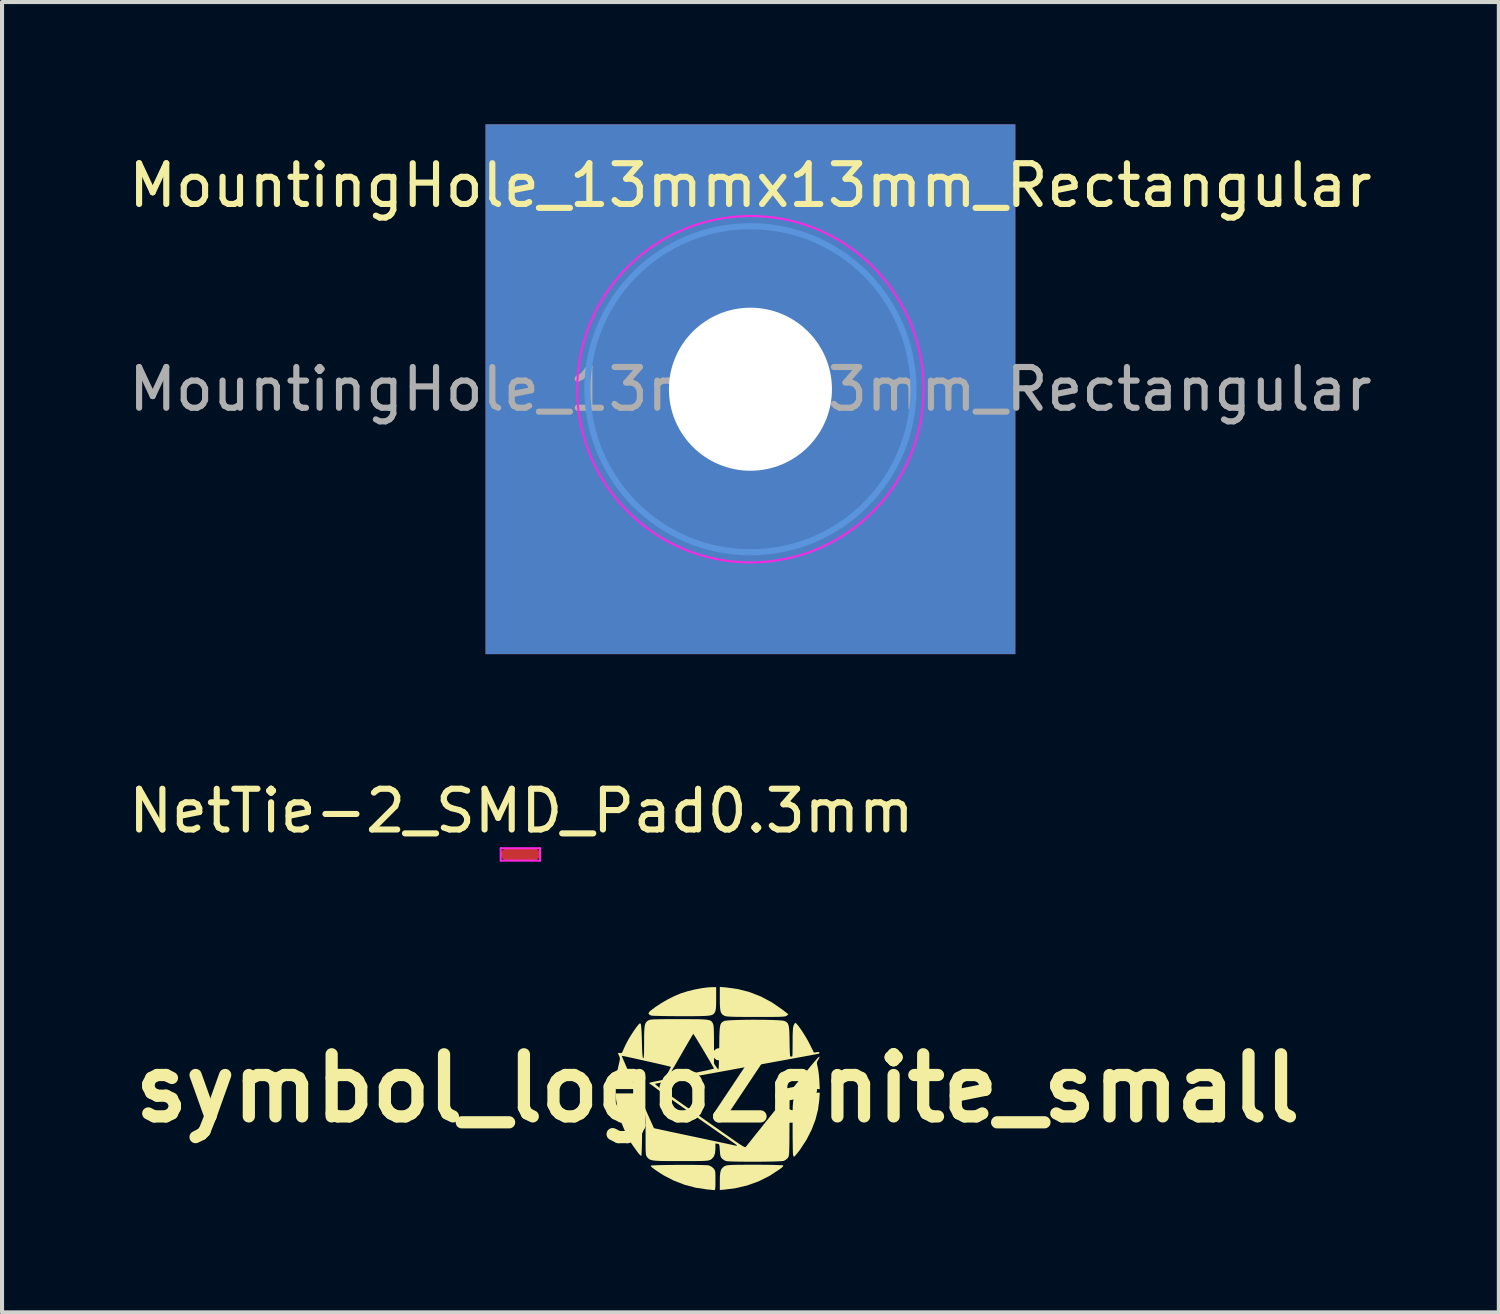
<source format=kicad_pcb>
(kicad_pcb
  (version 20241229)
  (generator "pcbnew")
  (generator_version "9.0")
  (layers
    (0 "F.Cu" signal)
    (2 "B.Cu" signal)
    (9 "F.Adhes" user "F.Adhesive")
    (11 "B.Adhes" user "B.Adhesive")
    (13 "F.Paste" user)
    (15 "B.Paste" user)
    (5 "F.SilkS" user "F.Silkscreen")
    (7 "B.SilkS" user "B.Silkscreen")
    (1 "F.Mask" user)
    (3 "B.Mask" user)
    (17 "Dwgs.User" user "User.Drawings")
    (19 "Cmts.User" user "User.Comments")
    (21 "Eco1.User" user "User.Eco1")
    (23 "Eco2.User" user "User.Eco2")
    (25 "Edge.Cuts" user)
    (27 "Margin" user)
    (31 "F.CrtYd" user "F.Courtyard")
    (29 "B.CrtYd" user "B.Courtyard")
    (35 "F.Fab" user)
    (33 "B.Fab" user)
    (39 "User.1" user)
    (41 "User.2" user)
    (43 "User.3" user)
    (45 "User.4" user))
  (footprint "NetTie-2_SMD_Pad0.3mm"
    (layer "F.Cu")
    (at 9.744 17.915)
    (property "Reference" "NetTie-2_SMD_Pad0.3mm" (at 0 -1.067 0) (layer "F.SilkS") (effects (font (size 1 1) (thickness 0.15))))
    (attr exclude_from_pos_files exclude_from_bom)
    (fp_poly (pts (xy -0.348 -0.148) (xy 0.297 -0.148) (xy 0.297 0.148) (xy -0.348 0.148)) (stroke (width 0) (type solid)) (fill yes) (layer "F.Cu"))
    (fp_line (start -0.508 -0.152) (end -0.508 0.152) (stroke (width 0.05) (type solid)) (layer "F.CrtYd"))
    (fp_line (start -0.508 0.152) (end 0.457 0.152) (stroke (width 0.05) (type solid)) (layer "F.CrtYd"))
    (fp_line (start 0.457 -0.152) (end -0.508 -0.152) (stroke (width 0.05) (type solid)) (layer "F.CrtYd"))
    (fp_line (start 0.457 0.152) (end 0.457 -0.152) (stroke (width 0.05) (type solid)) (layer "F.CrtYd"))
    (pad "1" smd circle (at -0.356 0) (size 0.3 0.3) (layers "F.Cu"))
    (pad "2" smd circle (at 0.305 0) (size 0.3 0.3) (layers "F.Cu")))
  (footprint "symbol_logoZenite_small"
    (layer "F.Cu")
    (at 14.558 23.653)
    (property "Reference" "symbol_logoZenite_small" (at 0 0 0) (layer "F.SilkS") (effects (font (size 1.524 1.524) (thickness 0.3))))
    (attr board_only exclude_from_pos_files exclude_from_bom)
    (fp_poly (pts (xy 0.911 1.876) (xy 1.063 1.876) (xy 1.204 1.877) (xy 1.33 1.879) (xy 1.438 1.882) (xy 1.522 1.885) (xy 1.579 1.888) (xy 1.605 1.891) (xy 1.605 1.892) (xy 1.611 1.906) (xy 1.593 1.93) (xy 1.548 1.967) (xy 1.525 1.984) (xy 1.27 2.151) (xy 1.001 2.285) (xy 0.718 2.386) (xy 0.421 2.455) (xy 0.147 2.488) (xy 0.054 2.495) (xy 0.054 2.279) (xy 0.056 2.16) (xy 0.065 2.07) (xy 0.083 2.004) (xy 0.111 1.957) (xy 0.152 1.922) (xy 0.179 1.907) (xy 0.198 1.899) (xy 0.222 1.892) (xy 0.254 1.887) (xy 0.299 1.883) (xy 0.359 1.88) (xy 0.439 1.878) (xy 0.543 1.877) (xy 0.673 1.876) (xy 0.833 1.876)) (stroke (width 0) (type solid)) (fill yes) (layer "F.SilkS"))
    (fp_poly (pts (xy 2.214 0.107) (xy 2.252 0.107) (xy 2.506 0.107) (xy 2.495 0.281) (xy 2.463 0.526) (xy 2.399 0.774) (xy 2.304 1.022) (xy 2.179 1.265) (xy 2.028 1.497) (xy 1.989 1.55) (xy 1.944 1.606) (xy 1.906 1.651) (xy 1.881 1.676) (xy 1.876 1.679) (xy 1.861 1.664) (xy 1.851 1.639) (xy 1.849 1.612) (xy 1.846 1.554) (xy 1.844 1.469) (xy 1.843 1.361) (xy 1.841 1.234) (xy 1.84 1.093) (xy 1.84 0.941) (xy 1.84 0.94) (xy 1.84 0.746) (xy 1.84 0.585) (xy 1.843 0.453) (xy 1.85 0.348) (xy 1.861 0.267) (xy 1.88 0.206) (xy 1.906 0.163) (xy 1.943 0.134) (xy 1.99 0.118) (xy 2.05 0.11) (xy 2.124 0.107)) (stroke (width 0) (type solid)) (fill yes) (layer "F.SilkS"))
    (fp_poly (pts (xy 0.201 -2.476) (xy 0.501 -2.434) (xy 0.788 -2.359) (xy 1.064 -2.251) (xy 1.33 -2.109) (xy 1.588 -1.932) (xy 1.623 -1.905) (xy 1.737 -1.815) (xy 1.697 -1.783) (xy 1.685 -1.775) (xy 1.669 -1.768) (xy 1.644 -1.763) (xy 1.609 -1.759) (xy 1.559 -1.756) (xy 1.49 -1.753) (xy 1.401 -1.752) (xy 1.286 -1.751) (xy 1.142 -1.751) (xy 0.967 -1.751) (xy 0.94 -1.751) (xy 0.756 -1.751) (xy 0.604 -1.752) (xy 0.481 -1.753) (xy 0.384 -1.755) (xy 0.31 -1.758) (xy 0.254 -1.761) (xy 0.214 -1.766) (xy 0.187 -1.772) (xy 0.169 -1.778) (xy 0.129 -1.801) (xy 0.1 -1.829) (xy 0.079 -1.867) (xy 0.066 -1.92) (xy 0.058 -1.994) (xy 0.054 -2.094) (xy 0.054 -2.198) (xy 0.054 -2.488)) (stroke (width 0) (type solid)) (fill yes) (layer "F.SilkS"))
    (fp_poly (pts (xy -0.036 -2.205) (xy -0.037 -2.09) (xy -0.039 -2.005) (xy -0.045 -1.944) (xy -0.053 -1.901) (xy -0.064 -1.873) (xy -0.078 -1.848) (xy -0.094 -1.827) (xy -0.116 -1.811) (xy -0.146 -1.797) (xy -0.189 -1.787) (xy -0.247 -1.78) (xy -0.323 -1.775) (xy -0.422 -1.772) (xy -0.546 -1.77) (xy -0.699 -1.769) (xy -0.884 -1.769) (xy -0.906 -1.769) (xy -1.061 -1.77) (xy -1.206 -1.771) (xy -1.336 -1.773) (xy -1.449 -1.776) (xy -1.538 -1.778) (xy -1.601 -1.781) (xy -1.633 -1.785) (xy -1.635 -1.785) (xy -1.683 -1.812) (xy -1.696 -1.841) (xy -1.676 -1.876) (xy -1.646 -1.904) (xy -1.522 -1.998) (xy -1.375 -2.094) (xy -1.217 -2.185) (xy -1.059 -2.264) (xy -0.912 -2.326) (xy -0.884 -2.336) (xy -0.724 -2.385) (xy -0.555 -2.426) (xy -0.388 -2.457) (xy -0.232 -2.477) (xy -0.112 -2.483) (xy -0.036 -2.483)) (stroke (width 0) (type solid)) (fill yes) (layer "F.SilkS"))
    (fp_poly (pts (xy -0.723 1.879) (xy -0.593 1.879) (xy -0.474 1.881) (xy -0.371 1.883) (xy -0.29 1.886) (xy -0.234 1.889) (xy -0.211 1.893) (xy -0.155 1.92) (xy -0.104 1.961) (xy -0.1 1.967) (xy -0.081 1.99) (xy -0.068 2.014) (xy -0.06 2.045) (xy -0.056 2.09) (xy -0.054 2.156) (xy -0.054 2.25) (xy -0.054 2.261) (xy -0.054 2.363) (xy -0.057 2.434) (xy -0.062 2.477) (xy -0.07 2.496) (xy -0.076 2.498) (xy -0.103 2.496) (xy -0.156 2.491) (xy -0.225 2.484) (xy -0.253 2.482) (xy -0.534 2.44) (xy -0.811 2.367) (xy -1.077 2.264) (xy -1.328 2.134) (xy -1.455 2.052) (xy -1.536 1.997) (xy -1.59 1.957) (xy -1.623 1.931) (xy -1.638 1.914) (xy -1.639 1.903) (xy -1.636 1.898) (xy -1.614 1.894) (xy -1.562 1.89) (xy -1.483 1.887) (xy -1.383 1.884) (xy -1.265 1.882) (xy -1.136 1.88) (xy -0.999 1.879) (xy -0.86 1.879)) (stroke (width 0) (type solid)) (fill yes) (layer "F.SilkS"))
    (fp_poly (pts (xy -0.761 -1.697) (xy -0.606 -1.696) (xy -0.481 -1.695) (xy -0.381 -1.692) (xy -0.304 -1.687) (xy -0.246 -1.68) (xy -0.203 -1.671) (xy -0.172 -1.658) (xy -0.151 -1.642) (xy -0.134 -1.622) (xy -0.12 -1.598) (xy -0.116 -1.59) (xy -0.108 -1.568) (xy -0.101 -1.535) (xy -0.096 -1.487) (xy -0.093 -1.42) (xy -0.091 -1.33) (xy -0.09 -1.213) (xy -0.089 -1.072) (xy -0.089 -0.607) (xy -0.042 -0.535) (xy -0.012 -0.494) (xy 0.012 -0.468) (xy 0.019 -0.464) (xy 0.023 -0.482) (xy 0.027 -0.53) (xy 0.031 -0.605) (xy 0.034 -0.703) (xy 0.037 -0.82) (xy 0.039 -0.95) (xy 0.039 -0.997) (xy 0.041 -1.16) (xy 0.043 -1.291) (xy 0.047 -1.394) (xy 0.053 -1.473) (xy 0.062 -1.532) (xy 0.074 -1.574) (xy 0.091 -1.603) (xy 0.113 -1.624) (xy 0.14 -1.64) (xy 0.171 -1.654) (xy 0.206 -1.661) (xy 0.273 -1.667) (xy 0.365 -1.672) (xy 0.478 -1.676) (xy 0.606 -1.679) (xy 0.745 -1.681) (xy 0.889 -1.682) (xy 1.034 -1.681) (xy 1.174 -1.68) (xy 1.304 -1.677) (xy 1.42 -1.673) (xy 1.516 -1.668) (xy 1.588 -1.662) (xy 1.63 -1.655) (xy 1.634 -1.654) (xy 1.672 -1.636) (xy 1.702 -1.615) (xy 1.724 -1.586) (xy 1.74 -1.546) (xy 1.751 -1.488) (xy 1.758 -1.41) (xy 1.762 -1.305) (xy 1.765 -1.17) (xy 1.765 -1.147) (xy 1.767 -1.02) (xy 1.77 -0.924) (xy 1.773 -0.856) (xy 1.777 -0.811) (xy 1.783 -0.786) (xy 1.79 -0.775) (xy 1.798 -0.776) (xy 1.826 -0.785) (xy 1.832 -0.786) (xy 1.835 -0.803) (xy 1.837 -0.85) (xy 1.838 -0.922) (xy 1.839 -1.014) (xy 1.84 -1.12) (xy 1.84 -1.135) (xy 1.84 -1.267) (xy 1.843 -1.368) (xy 1.847 -1.444) (xy 1.853 -1.498) (xy 1.862 -1.536) (xy 1.866 -1.547) (xy 1.887 -1.586) (xy 1.907 -1.605) (xy 1.911 -1.605) (xy 1.937 -1.584) (xy 1.976 -1.538) (xy 2.025 -1.471) (xy 2.08 -1.391) (xy 2.136 -1.302) (xy 2.191 -1.211) (xy 2.239 -1.123) (xy 2.254 -1.094) (xy 2.363 -0.876) (xy 2.432 -0.887) (xy 2.482 -0.89) (xy 2.501 -0.879) (xy 2.501 -0.877) (xy 2.487 -0.853) (xy 2.478 -0.848) (xy 2.458 -0.844) (xy 2.405 -0.834) (xy 2.321 -0.818) (xy 2.209 -0.797) (xy 2.071 -0.772) (xy 1.909 -0.742) (xy 1.725 -0.708) (xy 1.522 -0.671) (xy 1.302 -0.631) (xy 1.067 -0.588) (xy 0.819 -0.543) (xy 0.561 -0.496) (xy 0.482 -0.482) (xy 0.221 -0.434) (xy -0.03 -0.388) (xy -0.269 -0.345) (xy -0.494 -0.304) (xy -0.703 -0.265) (xy -0.893 -0.23) (xy -1.063 -0.199) (xy -1.209 -0.172) (xy -1.329 -0.15) (xy -1.422 -0.133) (xy -1.485 -0.121) (xy -1.516 -0.114) (xy -1.518 -0.114) (xy -1.524 -0.112) (xy -1.529 -0.109) (xy -1.531 -0.106) (xy -1.528 -0.1) (xy -1.52 -0.09) (xy -1.505 -0.076) (xy -1.481 -0.057) (xy -1.447 -0.03) (xy -1.402 0.004) (xy -1.344 0.046) (xy -1.271 0.099) (xy -1.183 0.162) (xy -1.077 0.237) (xy -0.953 0.325) (xy -0.808 0.427) (xy -0.642 0.544) (xy -0.452 0.677) (xy -0.239 0.827) (xy 0.001 0.995) (xy 0.268 1.182) (xy 0.346 1.237) (xy 0.457 1.314) (xy 0.543 1.372) (xy 0.606 1.412) (xy 0.649 1.435) (xy 0.676 1.445) (xy 0.688 1.441) (xy 0.701 1.424) (xy 0.736 1.381) (xy 0.789 1.315) (xy 0.859 1.227) (xy 0.945 1.119) (xy 1.045 0.995) (xy 1.156 0.855) (xy 1.278 0.703) (xy 1.409 0.54) (xy 1.546 0.368) (xy 1.598 0.303) (xy 1.778 0.078) (xy 1.937 -0.118) (xy 2.075 -0.288) (xy 2.192 -0.432) (xy 2.289 -0.55) (xy 2.367 -0.643) (xy 2.427 -0.712) (xy 2.468 -0.756) (xy 2.491 -0.778) (xy 2.498 -0.779) (xy 2.492 -0.743) (xy 2.469 -0.699) (xy 2.465 -0.693) (xy 2.446 -0.665) (xy 2.437 -0.64) (xy 2.437 -0.608) (xy 2.446 -0.559) (xy 2.457 -0.513) (xy 2.47 -0.439) (xy 2.483 -0.344) (xy 2.492 -0.242) (xy 2.496 -0.182) (xy 2.506 0.021) (xy 2.24 0.014) (xy 2.144 0.011) (xy 2.06 0.007) (xy 1.994 0.002) (xy 1.954 -0.003) (xy 1.947 -0.005) (xy 1.925 -0.003) (xy 1.893 0.023) (xy 1.85 0.078) (xy 1.843 0.087) (xy 1.766 0.193) (xy 1.763 0.926) (xy 1.762 1.107) (xy 1.761 1.256) (xy 1.76 1.376) (xy 1.758 1.47) (xy 1.756 1.543) (xy 1.753 1.597) (xy 1.749 1.637) (xy 1.744 1.664) (xy 1.737 1.684) (xy 1.729 1.698) (xy 1.722 1.709) (xy 1.678 1.751) (xy 1.624 1.781) (xy 1.624 1.781) (xy 1.591 1.786) (xy 1.528 1.79) (xy 1.439 1.794) (xy 1.33 1.797) (xy 1.205 1.799) (xy 1.069 1.801) (xy 0.928 1.802) (xy 0.786 1.802) (xy 0.649 1.801) (xy 0.521 1.8) (xy 0.408 1.797) (xy 0.315 1.794) (xy 0.246 1.79) (xy 0.207 1.786) (xy 0.204 1.785) (xy 0.153 1.76) (xy 0.106 1.723) (xy 0.106 1.723) (xy 0.084 1.695) (xy 0.07 1.661) (xy 0.061 1.612) (xy 0.055 1.538) (xy 0.054 1.521) (xy 0.049 1.447) (xy 0.043 1.401) (xy 0.035 1.376) (xy 0.02 1.365) (xy -0.003 1.361) (xy -0.004 1.361) (xy -0.054 1.355) (xy -0.054 1.477) (xy -0.063 1.588) (xy -0.091 1.672) (xy -0.141 1.731) (xy -0.179 1.755) (xy -0.198 1.763) (xy -0.222 1.77) (xy -0.255 1.775) (xy -0.299 1.779) (xy -0.36 1.782) (xy -0.441 1.784) (xy -0.544 1.785) (xy -0.675 1.786) (xy -0.836 1.786) (xy -0.907 1.786) (xy -1.09 1.786) (xy -1.241 1.785) (xy -1.363 1.784) (xy -1.46 1.78) (xy -1.535 1.776) (xy -1.593 1.768) (xy -1.636 1.758) (xy -1.668 1.745) (xy -1.692 1.729) (xy -1.713 1.708) (xy -1.73 1.688) (xy -1.741 1.672) (xy -1.75 1.654) (xy -1.757 1.631) (xy -1.762 1.597) (xy -1.765 1.547) (xy -1.767 1.479) (xy -1.768 1.388) (xy -1.768 1.268) (xy -1.768 1.143) (xy -1.768 0.996) (xy -1.769 0.881) (xy -1.77 0.792) (xy -1.773 0.725) (xy -1.777 0.674) (xy -1.782 0.637) (xy -1.79 0.607) (xy -1.8 0.58) (xy -1.809 0.56) (xy -1.849 0.473) (xy -1.853 1.067) (xy -1.855 1.209) (xy -1.857 1.338) (xy -1.86 1.452) (xy -1.864 1.545) (xy -1.867 1.613) (xy -1.871 1.653) (xy -1.874 1.661) (xy -1.893 1.648) (xy -1.925 1.615) (xy -1.951 1.585) (xy -2.113 1.358) (xy -2.25 1.109) (xy -2.361 0.844) (xy -2.441 0.569) (xy -2.489 0.29) (xy -2.493 0.255) (xy -2.505 0.125) (xy -2 0.125) (xy -2.027 0.071) (xy -2.055 0.018) (xy -2.501 0.018) (xy -2.5 -0.067) (xy -2.493 -0.187) (xy -2.476 -0.328) (xy -2.45 -0.477) (xy -2.427 -0.578) (xy -2.409 -0.654) (xy -2.4 -0.705) (xy -2.399 -0.74) (xy -2.406 -0.77) (xy -2.418 -0.797) (xy -2.418 -0.798) (xy -2.352 -0.798) (xy -2.347 -0.781) (xy -2.328 -0.735) (xy -2.299 -0.667) (xy -2.261 -0.579) (xy -2.215 -0.476) (xy -2.178 -0.392) (xy -2.119 -0.261) (xy -2.05 -0.108) (xy -1.976 0.058) (xy -1.9 0.226) (xy -1.828 0.387) (xy -1.781 0.491) (xy -1.727 0.613) (xy -1.677 0.724) (xy -1.634 0.82) (xy -1.599 0.896) (xy -1.575 0.95) (xy -1.564 0.976) (xy -1.563 0.978) (xy -1.545 0.982) (xy -1.496 0.993) (xy -1.419 1.01) (xy -1.316 1.032) (xy -1.192 1.059) (xy -1.049 1.089) (xy -0.891 1.123) (xy -0.721 1.159) (xy -0.669 1.17) (xy -0.491 1.207) (xy -0.322 1.243) (xy -0.163 1.277) (xy -0.02 1.307) (xy 0.105 1.334) (xy 0.206 1.355) (xy 0.281 1.372) (xy 0.326 1.381) (xy 0.33 1.382) (xy 0.409 1.4) (xy 0.456 1.408) (xy 0.477 1.407) (xy 0.475 1.399) (xy 0.472 1.396) (xy 0.454 1.382) (xy 0.409 1.35) (xy 0.344 1.305) (xy 0.263 1.248) (xy 0.169 1.182) (xy 0.098 1.134) (xy -0.028 1.046) (xy -0.166 0.95) (xy -0.314 0.847) (xy -0.466 0.74) (xy -0.621 0.632) (xy -0.774 0.525) (xy -0.922 0.42) (xy -1.061 0.322) (xy -1.189 0.231) (xy -1.301 0.151) (xy -1.395 0.084) (xy -1.466 0.033) (xy -1.511 -0.001) (xy -1.513 -0.002) (xy -1.571 -0.045) (xy -1.621 -0.081) (xy -1.653 -0.103) (xy -1.656 -0.105) (xy -1.677 -0.123) (xy -1.677 -0.133) (xy -1.656 -0.141) (xy -1.608 -0.153) (xy -1.541 -0.167) (xy -1.494 -0.176) (xy -1.42 -0.191) (xy -1.361 -0.204) (xy -1.324 -0.213) (xy -1.316 -0.216) (xy -1.299 -0.241) (xy -1.29 -0.258) (xy -1.226 -0.258) (xy -1.22 -0.25) (xy -1.194 -0.253) (xy -1.167 -0.259) (xy -1.109 -0.27) (xy -1.025 -0.287) (xy -0.92 -0.307) (xy -0.8 -0.331) (xy -0.668 -0.358) (xy -0.621 -0.367) (xy -0.488 -0.394) (xy -0.368 -0.419) (xy -0.264 -0.441) (xy -0.18 -0.46) (xy -0.122 -0.474) (xy -0.092 -0.483) (xy -0.089 -0.484) (xy -0.098 -0.503) (xy -0.122 -0.546) (xy -0.159 -0.61) (xy -0.205 -0.69) (xy -0.259 -0.781) (xy -0.316 -0.878) (xy -0.375 -0.977) (xy -0.433 -1.072) (xy -0.486 -1.16) (xy -0.532 -1.235) (xy -0.568 -1.292) (xy -0.591 -1.327) (xy -0.598 -1.337) (xy -0.608 -1.32) (xy -0.634 -1.277) (xy -0.673 -1.21) (xy -0.724 -1.123) (xy -0.784 -1.02) (xy -0.851 -0.904) (xy -0.893 -0.831) (xy -0.965 -0.707) (xy -1.031 -0.592) (xy -1.091 -0.49) (xy -1.141 -0.404) (xy -1.179 -0.339) (xy -1.203 -0.298) (xy -1.21 -0.288) (xy -1.226 -0.258) (xy -1.29 -0.258) (xy -1.273 -0.287) (xy -1.241 -0.343) (xy -1.208 -0.404) (xy -1.178 -0.46) (xy -1.156 -0.503) (xy -1.146 -0.525) (xy -1.146 -0.527) (xy -1.165 -0.532) (xy -1.213 -0.544) (xy -1.287 -0.562) (xy -1.38 -0.584) (xy -1.489 -0.609) (xy -1.608 -0.636) (xy -1.733 -0.664) (xy -1.858 -0.692) (xy -1.979 -0.719) (xy -2.091 -0.744) (xy -2.189 -0.765) (xy -2.268 -0.782) (xy -2.323 -0.793) (xy -2.35 -0.798) (xy -2.352 -0.798) (xy -2.418 -0.798) (xy -2.439 -0.844) (xy -2.443 -0.866) (xy -2.428 -0.87) (xy -2.398 -0.865) (xy -2.371 -0.862) (xy -2.351 -0.871) (xy -2.333 -0.899) (xy -2.311 -0.952) (xy -2.305 -0.966) (xy -2.261 -1.062) (xy -2.202 -1.175) (xy -2.132 -1.293) (xy -2.058 -1.407) (xy -1.991 -1.502) (xy -1.948 -1.556) (xy -1.92 -1.586) (xy -1.903 -1.594) (xy -1.89 -1.585) (xy -1.886 -1.578) (xy -1.879 -1.549) (xy -1.873 -1.487) (xy -1.867 -1.397) (xy -1.862 -1.283) (xy -1.858 -1.146) (xy -1.858 -1.145) (xy -1.854 -1.005) (xy -1.85 -0.898) (xy -1.845 -0.821) (xy -1.839 -0.771) (xy -1.832 -0.744) (xy -1.826 -0.737) (xy -1.819 -0.742) (xy -1.813 -0.765) (xy -1.809 -0.81) (xy -1.806 -0.879) (xy -1.805 -0.977) (xy -1.804 -1.107) (xy -1.804 -1.126) (xy -1.804 -1.27) (xy -1.801 -1.384) (xy -1.796 -1.471) (xy -1.788 -1.536) (xy -1.775 -1.583) (xy -1.757 -1.618) (xy -1.733 -1.643) (xy -1.701 -1.665) (xy -1.698 -1.666) (xy -1.682 -1.674) (xy -1.661 -1.681) (xy -1.63 -1.686) (xy -1.587 -1.69) (xy -1.528 -1.692) (xy -1.449 -1.694) (xy -1.347 -1.696) (xy -1.218 -1.697) (xy -1.06 -1.697) (xy -0.948 -1.697)) (stroke (width 0) (type solid)) (fill yes) (layer "F.SilkS")))
  (footprint "MountingHole_13mmx13mm_Rectangular"
    (layer "F.Cu")
    (at 15.363 6.5)
    (property "Reference" "MountingHole_13mmx13mm_Rectangular" (at 0 -5 0) (layer "F.SilkS") (effects (font (size 1 1) (thickness 0.15))))
    (attr exclude_from_pos_files)
    (fp_circle (center 0 0) (end 4 0) (stroke (width 0.15) (type solid)) (fill no) (layer "Cmts.User"))
    (fp_circle (center 0 0) (end 4.25 0) (stroke (width 0.05) (type solid)) (fill no) (layer "F.CrtYd"))
    (fp_text user "${REFERENCE}" (at 0 0 0) (layer "F.Fab") (effects (font (size 1 1) (thickness 0.15))))
    (pad "1" thru_hole rect (at 0 0) (size 13 13) (drill 4) (layers "*.Cu" "*.Mask")))
  (gr_rect
    (start -3 -3)
    (end 33.726 29.151)
    (stroke (width 0.1) (type default))
    (fill no)
    (layer "Edge.Cuts")))
</source>
